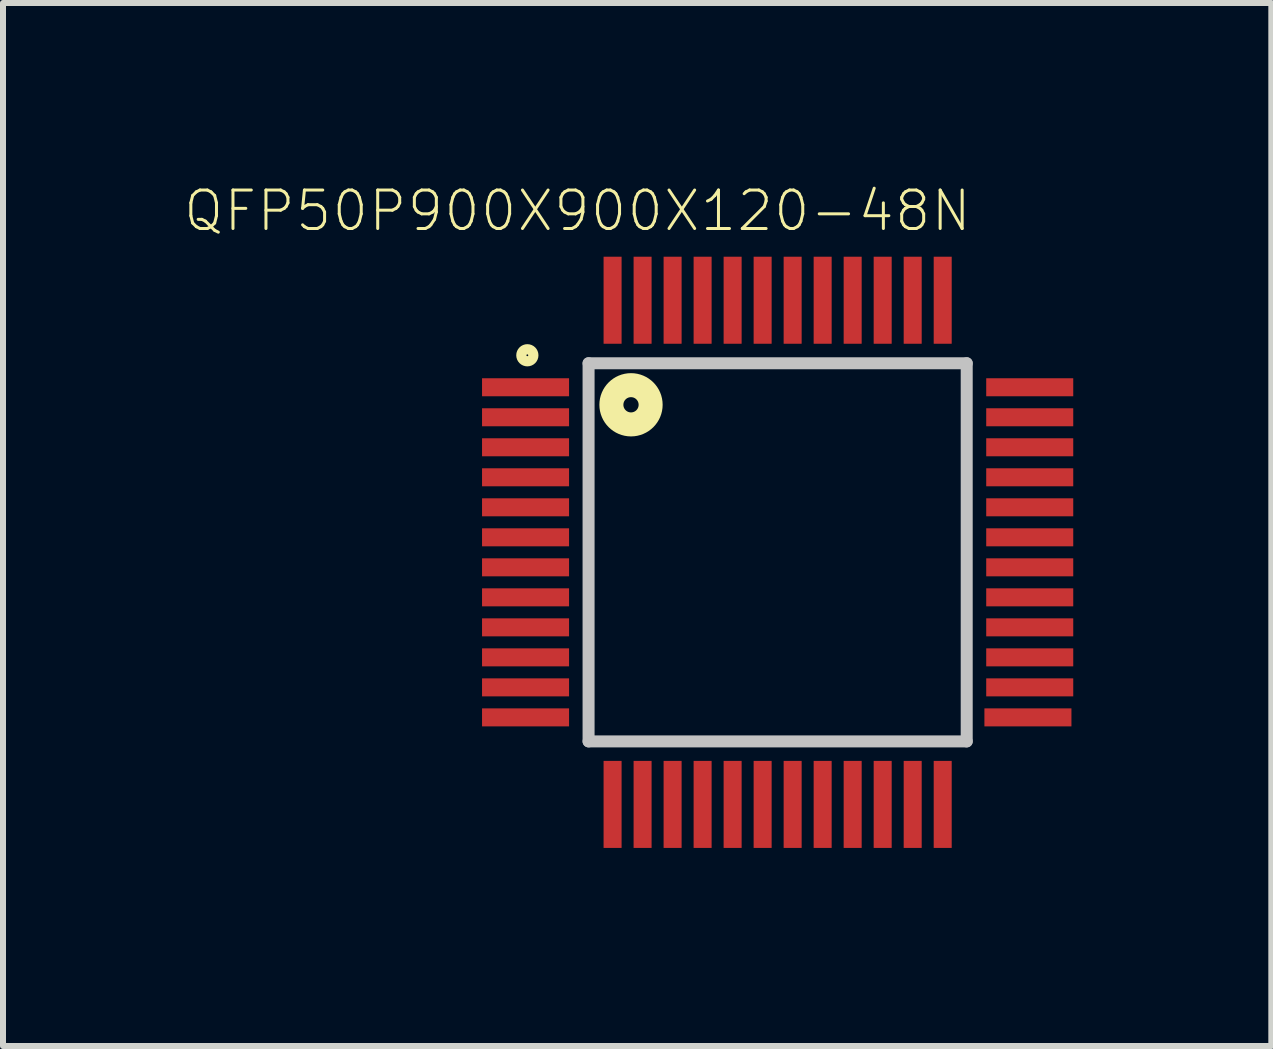
<source format=kicad_pcb>
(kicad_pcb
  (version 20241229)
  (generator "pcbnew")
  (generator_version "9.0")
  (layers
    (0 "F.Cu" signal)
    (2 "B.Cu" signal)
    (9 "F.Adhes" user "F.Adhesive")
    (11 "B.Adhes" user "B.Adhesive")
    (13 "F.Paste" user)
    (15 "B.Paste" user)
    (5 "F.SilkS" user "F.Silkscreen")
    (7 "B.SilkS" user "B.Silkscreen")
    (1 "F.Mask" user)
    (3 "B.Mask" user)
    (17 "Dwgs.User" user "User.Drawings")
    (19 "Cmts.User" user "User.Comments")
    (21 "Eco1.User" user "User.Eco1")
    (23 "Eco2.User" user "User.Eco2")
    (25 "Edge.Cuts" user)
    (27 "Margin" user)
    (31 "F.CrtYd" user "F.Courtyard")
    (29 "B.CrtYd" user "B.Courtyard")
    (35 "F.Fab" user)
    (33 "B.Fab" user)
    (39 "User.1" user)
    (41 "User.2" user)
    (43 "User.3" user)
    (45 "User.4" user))
  (footprint "QFP50P900X900X120-48N"
    (layer "F.Cu")
    (at 9.906 6.152)
    (property "Reference" "QFP50P900X900X120-48N" (at -3.336 -5.689 0) (layer "F.SilkS") (effects (font (size 0.641 0.641) (thickness 0.05))))
    (attr smd)
    (fp_circle (center -4.17 -3.283) (end -4.07 -3.283) (stroke (width 0.17) (type solid)) (fill no) (layer "F.SilkS"))
    (fp_circle (center -2.443 -2.458) (end -2.316 -2.458) (stroke (width 0.4) (type solid)) (fill no) (layer "F.SilkS"))
    (fp_line (start -3.15 3.15) (end -3.15 -3.15) (stroke (width 0.2) (type solid)) (layer "Dwgs.User"))
    (fp_line (start 3.15 -3.15) (end -3.15 -3.15) (stroke (width 0.2) (type solid)) (layer "Dwgs.User"))
    (fp_line (start 3.15 3.15) (end -3.15 3.15) (stroke (width 0.2) (type solid)) (layer "Dwgs.User"))
    (fp_line (start 3.15 3.15) (end 3.15 -3.15) (stroke (width 0.2) (type solid)) (layer "Dwgs.User"))
    (fp_line (start -5.2 -5.2) (end 5.2 -5.2) (stroke (width 0.05) (type solid)) (layer "Eco1.User"))
    (fp_line (start -5.2 5.2) (end -5.2 -5.2) (stroke (width 0.05) (type solid)) (layer "Eco1.User"))
    (fp_line (start 5.2 -5.2) (end 5.2 5.2) (stroke (width 0.05) (type solid)) (layer "Eco1.User"))
    (fp_line (start 5.2 5.2) (end -5.2 5.2) (stroke (width 0.05) (type solid)) (layer "Eco1.User"))
    (pad "1" smd rect (at -4.2 -2.75 180) (size 1.45 0.3) (layers "F.Cu" "F.Mask" "F.Paste"))
    (pad "2" smd rect (at -4.2 -2.25 180) (size 1.45 0.3) (layers "F.Cu" "F.Mask" "F.Paste"))
    (pad "3" smd rect (at -4.2 -1.75 180) (size 1.45 0.3) (layers "F.Cu" "F.Mask" "F.Paste"))
    (pad "4" smd rect (at -4.2 -1.25 180) (size 1.45 0.3) (layers "F.Cu" "F.Mask" "F.Paste"))
    (pad "5" smd rect (at -4.2 -0.75 180) (size 1.45 0.3) (layers "F.Cu" "F.Mask" "F.Paste"))
    (pad "6" smd rect (at -4.2 -0.25 180) (size 1.45 0.3) (layers "F.Cu" "F.Mask" "F.Paste"))
    (pad "7" smd rect (at -4.2 0.25 180) (size 1.45 0.3) (layers "F.Cu" "F.Mask" "F.Paste"))
    (pad "8" smd rect (at -4.2 0.75 180) (size 1.45 0.3) (layers "F.Cu" "F.Mask" "F.Paste"))
    (pad "9" smd rect (at -4.2 1.25 180) (size 1.45 0.3) (layers "F.Cu" "F.Mask" "F.Paste"))
    (pad "10" smd rect (at -4.2 1.75 180) (size 1.45 0.3) (layers "F.Cu" "F.Mask" "F.Paste"))
    (pad "11" smd rect (at -4.2 2.25 180) (size 1.45 0.3) (layers "F.Cu" "F.Mask" "F.Paste"))
    (pad "12" smd rect (at -4.2 2.75 180) (size 1.45 0.3) (layers "F.Cu" "F.Mask" "F.Paste"))
    (pad "13" smd rect (at -2.75 4.2 270) (size 1.45 0.3) (layers "F.Cu" "F.Mask" "F.Paste"))
    (pad "14" smd rect (at -2.25 4.2 270) (size 1.45 0.3) (layers "F.Cu" "F.Mask" "F.Paste"))
    (pad "15" smd rect (at -1.75 4.2 270) (size 1.45 0.3) (layers "F.Cu" "F.Mask" "F.Paste"))
    (pad "16" smd rect (at -1.25 4.2 270) (size 1.45 0.3) (layers "F.Cu" "F.Mask" "F.Paste"))
    (pad "17" smd rect (at -0.75 4.2 90) (size 1.45 0.3) (layers "F.Cu" "F.Mask" "F.Paste"))
    (pad "18" smd rect (at -0.25 4.2 270) (size 1.45 0.3) (layers "F.Cu" "F.Mask" "F.Paste"))
    (pad "19" smd rect (at 0.25 4.2 90) (size 1.45 0.3) (layers "F.Cu" "F.Mask" "F.Paste"))
    (pad "20" smd rect (at 0.75 4.2 90) (size 1.45 0.3) (layers "F.Cu" "F.Mask" "F.Paste"))
    (pad "21" smd rect (at 1.25 4.2 90) (size 1.45 0.3) (layers "F.Cu" "F.Mask" "F.Paste"))
    (pad "22" smd rect (at 1.75 4.2 90) (size 1.45 0.3) (layers "F.Cu" "F.Mask" "F.Paste"))
    (pad "23" smd rect (at 2.25 4.2 90) (size 1.45 0.3) (layers "F.Cu" "F.Mask" "F.Paste"))
    (pad "24" smd rect (at 2.75 4.2 90) (size 1.45 0.3) (layers "F.Cu" "F.Mask" "F.Paste"))
    (pad "25" smd rect (at 4.17 2.75) (size 1.45 0.3) (layers "F.Cu" "F.Mask" "F.Paste"))
    (pad "26" smd rect (at 4.2 2.25) (size 1.45 0.3) (layers "F.Cu" "F.Mask" "F.Paste"))
    (pad "27" smd rect (at 4.2 1.75) (size 1.45 0.3) (layers "F.Cu" "F.Mask" "F.Paste"))
    (pad "28" smd rect (at 4.2 1.25) (size 1.45 0.3) (layers "F.Cu" "F.Mask" "F.Paste"))
    (pad "29" smd rect (at 4.2 0.75) (size 1.45 0.3) (layers "F.Cu" "F.Mask" "F.Paste"))
    (pad "30" smd rect (at 4.2 0.25) (size 1.45 0.3) (layers "F.Cu" "F.Mask" "F.Paste"))
    (pad "31" smd rect (at 4.2 -0.25) (size 1.45 0.3) (layers "F.Cu" "F.Mask" "F.Paste"))
    (pad "32" smd rect (at 4.2 -0.75) (size 1.45 0.3) (layers "F.Cu" "F.Mask" "F.Paste"))
    (pad "33" smd rect (at 4.2 -1.25) (size 1.45 0.3) (layers "F.Cu" "F.Mask" "F.Paste"))
    (pad "34" smd rect (at 4.2 -1.75) (size 1.45 0.3) (layers "F.Cu" "F.Mask" "F.Paste"))
    (pad "35" smd rect (at 4.2 -2.25) (size 1.45 0.3) (layers "F.Cu" "F.Mask" "F.Paste"))
    (pad "36" smd rect (at 4.2 -2.75) (size 1.45 0.3) (layers "F.Cu" "F.Mask" "F.Paste"))
    (pad "37" smd rect (at 2.75 -4.2 90) (size 1.45 0.3) (layers "F.Cu" "F.Mask" "F.Paste"))
    (pad "38" smd rect (at 2.25 -4.2 90) (size 1.45 0.3) (layers "F.Cu" "F.Mask" "F.Paste"))
    (pad "39" smd rect (at 1.75 -4.2 90) (size 1.45 0.3) (layers "F.Cu" "F.Mask" "F.Paste"))
    (pad "40" smd rect (at 1.25 -4.2 90) (size 1.45 0.3) (layers "F.Cu" "F.Mask" "F.Paste"))
    (pad "41" smd rect (at 0.75 -4.2 90) (size 1.45 0.3) (layers "F.Cu" "F.Mask" "F.Paste"))
    (pad "42" smd rect (at 0.25 -4.2 90) (size 1.45 0.3) (layers "F.Cu" "F.Mask" "F.Paste"))
    (pad "43" smd rect (at -0.25 -4.2 270) (size 1.45 0.3) (layers "F.Cu" "F.Mask" "F.Paste"))
    (pad "44" smd rect (at -0.75 -4.2 270) (size 1.45 0.3) (layers "F.Cu" "F.Mask" "F.Paste"))
    (pad "45" smd rect (at -1.25 -4.2 270) (size 1.45 0.3) (layers "F.Cu" "F.Mask" "F.Paste"))
    (pad "46" smd rect (at -1.75 -4.2 270) (size 1.45 0.3) (layers "F.Cu" "F.Mask" "F.Paste"))
    (pad "47" smd rect (at -2.25 -4.2 270) (size 1.45 0.3) (layers "F.Cu" "F.Mask" "F.Paste"))
    (pad "48" smd rect (at -2.75 -4.2 270) (size 1.45 0.3) (layers "F.Cu" "F.Mask" "F.Paste")))
  (gr_rect
    (start -3 -3)
    (end 18.131 14.377)
    (stroke (width 0.1) (type default))
    (fill no)
    (layer "Edge.Cuts")))
</source>
